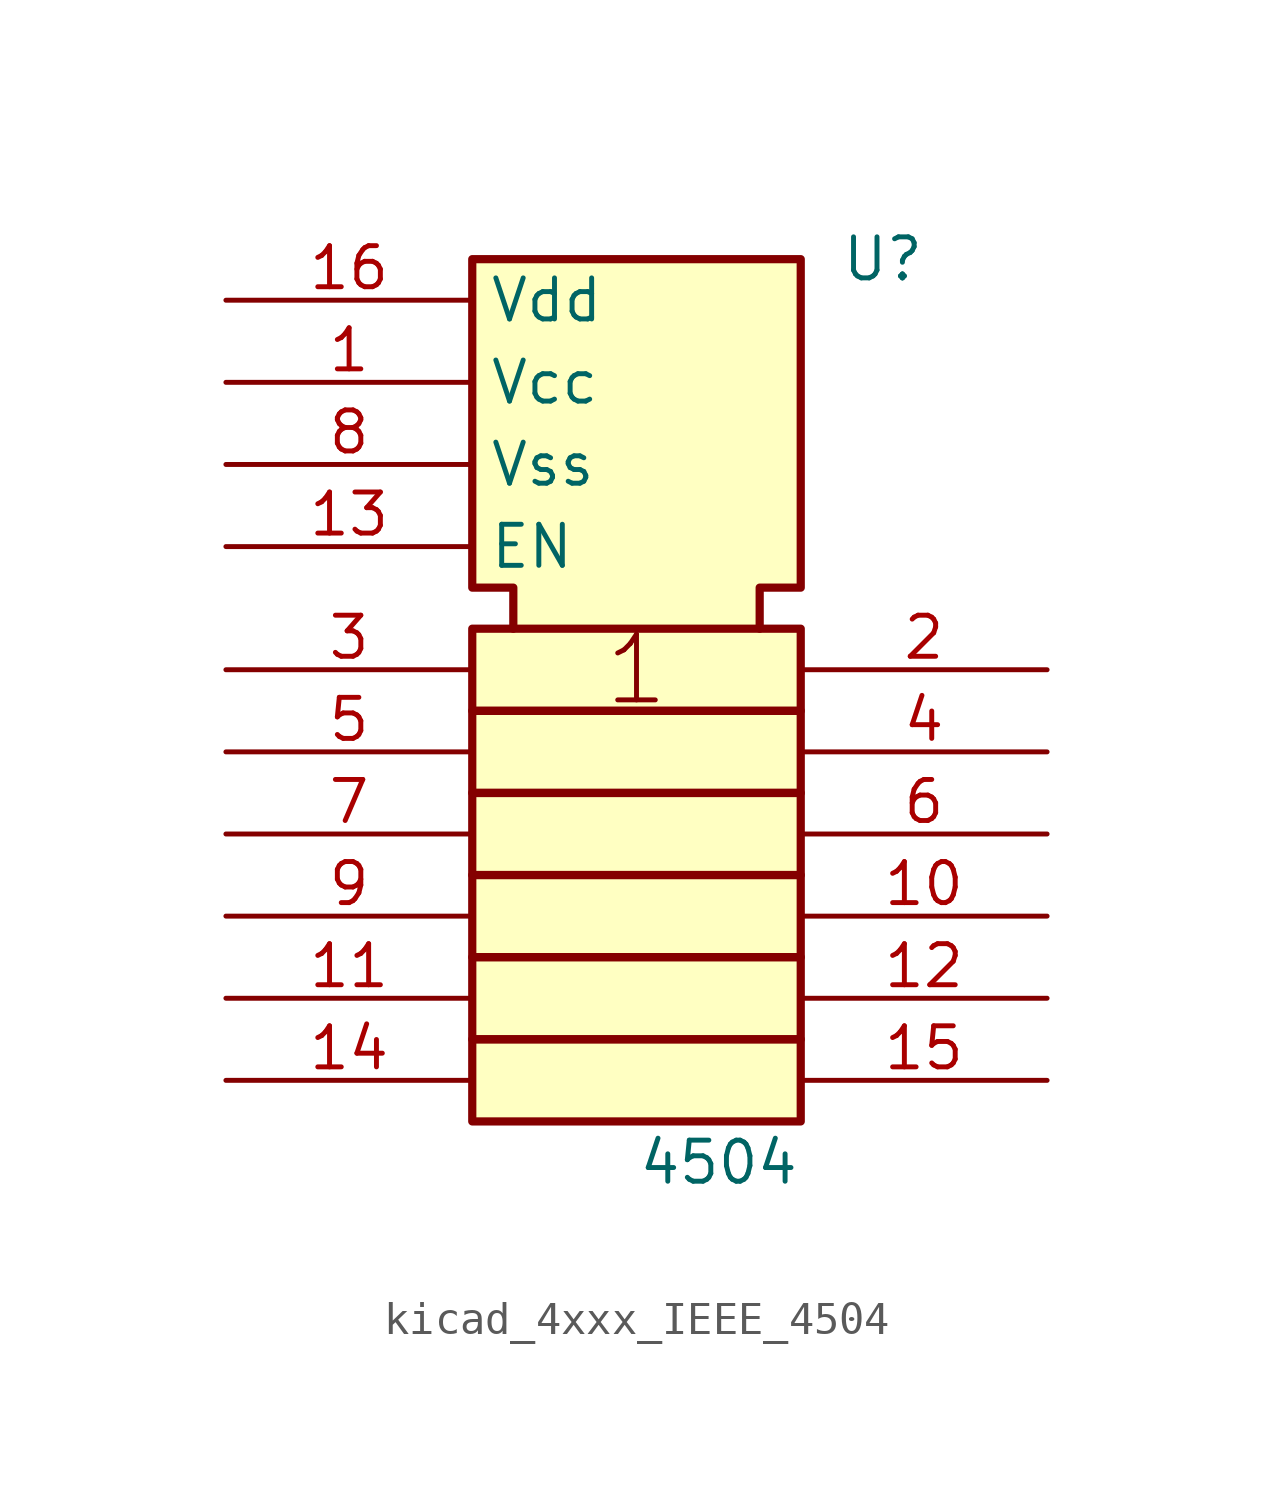
<source format=kicad_sym>
(kicad_symbol_lib
  (version 20220914)
  (generator kicad_symbol_editor)
  (symbol "kicad_4xxx_IEEE_4504"
    (property "Reference" "U"
      (at 7.62 12.7 0)
      (effects (font (size 1.27 1.27))))
    (property "Value" "4504"
      (at 2.54 -15.24 0)
      (effects (font (size 1.27 1.27))))
    (symbol "kicad_4xxx_IEEE_4504_0_0"
      (rectangle (start -5.08 -11.43) (end 5.08 -13.97) (stroke (width 0.254) (type default)) (fill (type background)))
      (rectangle (start -5.08 -8.89) (end 5.08 -11.43) (stroke (width 0.254) (type default)) (fill (type background)))
      (rectangle (start -5.08 -6.35) (end 5.08 -8.89) (stroke (width 0.254) (type default)) (fill (type background)))
      (rectangle (start -5.08 -3.81) (end 5.08 -6.35) (stroke (width 0.254) (type default)) (fill (type background)))
      (rectangle (start -5.08 -1.27) (end 5.08 -3.81) (stroke (width 0.254) (type default)) (fill (type background)))
      (rectangle (start -5.08 1.27) (end 5.08 -1.27) (stroke (width 0.254) (type default)) (fill (type background)))
      (polyline (pts (xy -3.81 1.27) (xy -3.81 2.54) (xy -5.08 2.54) (xy -5.08 12.7) (xy 5.08 12.7) (xy 5.08 2.54) (xy 3.81 2.54) (xy 3.81 1.27) (xy 3.81 1.27)) (stroke (width 0.254) (type default)) (fill (type background)))
      (text "1" (at 0 0 0) (effects (font (size 2.032 2.032)))))
    (symbol "kicad_4xxx_IEEE_4504_1_1"
      (pin power_in line (at -12.7 8.89 0) (length 7.62) (name "Vcc" (effects (font (size 1.27 1.27)))) (number "1" (effects (font (size 1.27 1.27)))))
      (pin output line (at 12.7 -7.62 180) (length 7.62) (name "~" (effects (font (size 1.27 1.27)))) (number "10" (effects (font (size 1.27 1.27)))))
      (pin input line (at -12.7 -10.16 0) (length 7.62) (name "~" (effects (font (size 1.27 1.27)))) (number "11" (effects (font (size 1.27 1.27)))))
      (pin output line (at 12.7 -10.16 180) (length 7.62) (name "~" (effects (font (size 1.27 1.27)))) (number "12" (effects (font (size 1.27 1.27)))))
      (pin input line (at -12.7 3.81 0) (length 7.62) (name "EN" (effects (font (size 1.27 1.27)))) (number "13" (effects (font (size 1.27 1.27)))))
      (pin input line (at -12.7 -12.7 0) (length 7.62) (name "~" (effects (font (size 1.27 1.27)))) (number "14" (effects (font (size 1.27 1.27)))))
      (pin output line (at 12.7 -12.7 180) (length 7.62) (name "~" (effects (font (size 1.27 1.27)))) (number "15" (effects (font (size 1.27 1.27)))))
      (pin power_in line (at -12.7 11.43 0) (length 7.62) (name "Vdd" (effects (font (size 1.27 1.27)))) (number "16" (effects (font (size 1.27 1.27)))))
      (pin output line (at 12.7 0 180) (length 7.62) (name "~" (effects (font (size 1.27 1.27)))) (number "2" (effects (font (size 1.27 1.27)))))
      (pin input line (at -12.7 0 0) (length 7.62) (name "~" (effects (font (size 1.27 1.27)))) (number "3" (effects (font (size 1.27 1.27)))))
      (pin output line (at 12.7 -2.54 180) (length 7.62) (name "~" (effects (font (size 1.27 1.27)))) (number "4" (effects (font (size 1.27 1.27)))))
      (pin input line (at -12.7 -2.54 0) (length 7.62) (name "~" (effects (font (size 1.27 1.27)))) (number "5" (effects (font (size 1.27 1.27)))))
      (pin output line (at 12.7 -5.08 180) (length 7.62) (name "~" (effects (font (size 1.27 1.27)))) (number "6" (effects (font (size 1.27 1.27)))))
      (pin input line (at -12.7 -5.08 0) (length 7.62) (name "~" (effects (font (size 1.27 1.27)))) (number "7" (effects (font (size 1.27 1.27)))))
      (pin power_in line (at -12.7 6.35 0) (length 7.62) (name "Vss" (effects (font (size 1.27 1.27)))) (number "8" (effects (font (size 1.27 1.27)))))
      (pin input line (at -12.7 -7.62 0) (length 7.62) (name "~" (effects (font (size 1.27 1.27)))) (number "9" (effects (font (size 1.27 1.27))))))))
</source>
